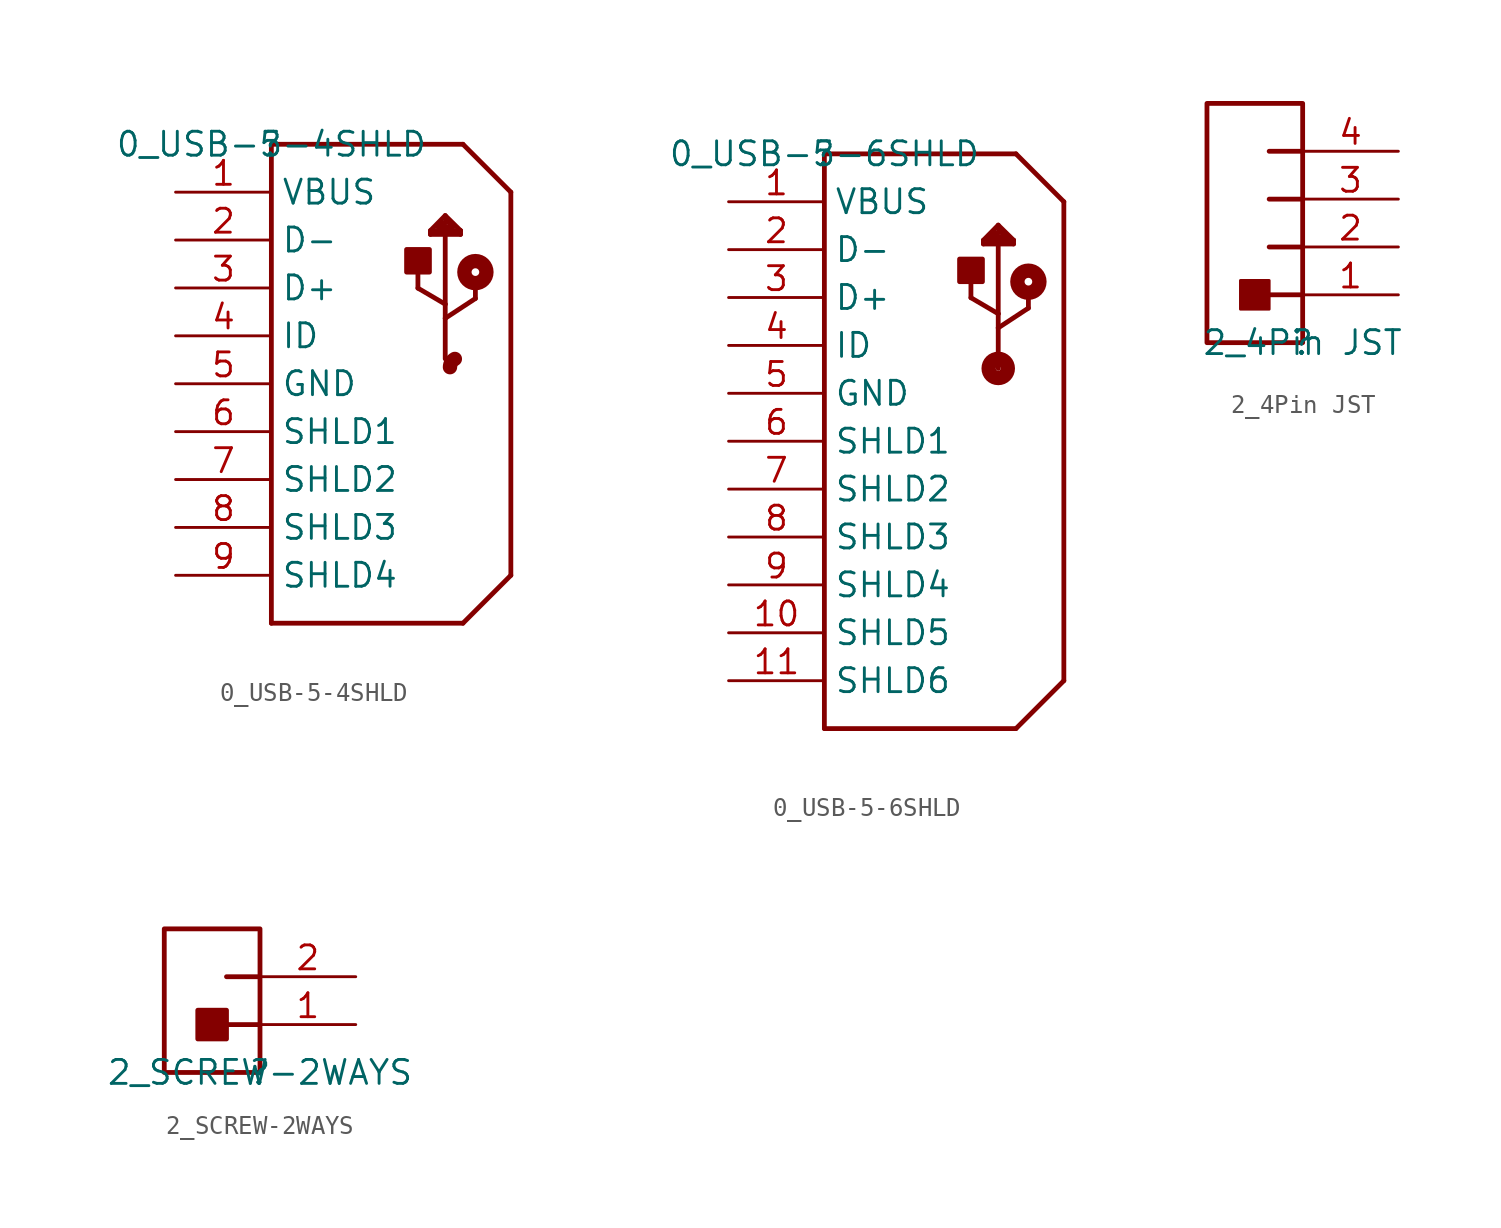
<source format=kicad_sym>
(kicad_symbol_lib
  (version 20211014)
  (generator kicad_symbol_editor)
  (symbol "0_USB-5-4SHLD"
    (property "Reference" ""
      (at 0 0 0)
      (effects (font (size 1.27 1.27))))
    (property "Value" "0_USB-5-4SHLD"
      (at 0 0 0)
      (effects (font (size 1.27 1.27))))
    (symbol "0_USB-5-4SHLD_1_0"
      (polyline (pts (xy 0 -25.4) (xy 10.16 -25.4)) (stroke (width 0.254) (type default) (color 0 0 0 0)) (fill (type none)))
      (polyline (pts (xy 0 0) (xy 0 -25.4)) (stroke (width 0.254) (type default) (color 0 0 0 0)) (fill (type none)))
      (polyline (pts (xy 7.772 -7.63) (xy 7.772 -6.43)) (stroke (width 0.254) (type default) (color 0 0 0 0)) (fill (type none)))
      (polyline (pts (xy 8.433 -4.78) (xy 9.22 -4.78)) (stroke (width 0.254) (type default) (color 0 0 0 0)) (fill (type none)))
      (polyline (pts (xy 8.433 -4.58) (xy 8.433 -4.78)) (stroke (width 0.254) (type default) (color 0 0 0 0)) (fill (type none)))
      (polyline (pts (xy 8.839 -4.38) (xy 9.042 -4.18)) (stroke (width 0.254) (type default) (color 0 0 0 0)) (fill (type none)))
      (polyline (pts (xy 9.042 -4.18) (xy 9.22 -4.18)) (stroke (width 0.254) (type default) (color 0 0 0 0)) (fill (type none)))
      (polyline (pts (xy 9.22 -9.23) (xy 9.22 -11.38)) (stroke (width 0.254) (type default) (color 0 0 0 0)) (fill (type none)))
      (polyline (pts (xy 9.22 -9.23) (xy 10.82 -8.18)) (stroke (width 0.254) (type default) (color 0 0 0 0)) (fill (type none)))
      (polyline (pts (xy 9.22 -8.48) (xy 7.772 -7.63)) (stroke (width 0.254) (type default) (color 0 0 0 0)) (fill (type none)))
      (polyline (pts (xy 9.22 -8.48) (xy 9.22 -9.23)) (stroke (width 0.254) (type default) (color 0 0 0 0)) (fill (type none)))
      (polyline (pts (xy 9.22 -4.78) (xy 9.22 -8.48)) (stroke (width 0.254) (type default) (color 0 0 0 0)) (fill (type none)))
      (polyline (pts (xy 9.22 -4.78) (xy 10.033 -4.78)) (stroke (width 0.254) (type default) (color 0 0 0 0)) (fill (type none)))
      (polyline (pts (xy 9.22 -3.98) (xy 9.627 -4.38)) (stroke (width 0.254) (type default) (color 0 0 0 0)) (fill (type none)))
      (polyline (pts (xy 9.22 -3.78) (xy 8.433 -4.58)) (stroke (width 0.254) (type default) (color 0 0 0 0)) (fill (type none)))
      (polyline (pts (xy 9.627 -4.38) (xy 8.839 -4.38)) (stroke (width 0.254) (type default) (color 0 0 0 0)) (fill (type none)))
      (polyline (pts (xy 10.033 -4.78) (xy 10.033 -4.58)) (stroke (width 0.254) (type default) (color 0 0 0 0)) (fill (type none)))
      (polyline (pts (xy 10.033 -4.58) (xy 8.636 -4.58)) (stroke (width 0.254) (type default) (color 0 0 0 0)) (fill (type none)))
      (polyline (pts (xy 10.033 -4.58) (xy 9.22 -3.78)) (stroke (width 0.254) (type default) (color 0 0 0 0)) (fill (type none)))
      (polyline (pts (xy 10.16 0) (xy 0 0)) (stroke (width 0.254) (type default) (color 0 0 0 0)) (fill (type none)))
      (polyline (pts (xy 10.16 0) (xy 12.7 -2.54)) (stroke (width 0.254) (type default) (color 0 0 0 0)) (fill (type none)))
      (polyline (pts (xy 10.82 -8.18) (xy 10.82 -7.18)) (stroke (width 0.254) (type default) (color 0 0 0 0)) (fill (type none)))
      (polyline (pts (xy 12.7 -22.86) (xy 10.16 -25.4)) (stroke (width 0.254) (type default) (color 0 0 0 0)) (fill (type none)))
      (polyline (pts (xy 12.7 -22.86) (xy 12.7 -2.54)) (stroke (width 0.254) (type default) (color 0 0 0 0)) (fill (type none)))
      (rectangle (start 8.382 -5.58) (end 7.17 -6.78) (stroke (width 0.254) (type default) (color 0 0 0 0)) (fill (type outline)))
      (arc (start 9.728 -11.38) (mid 8.7807 -11.1249) (end 9.4717 -11.8212) (stroke (width 0.762) (type default) (color 0 0 0 0)) (fill (type none)))
      (circle (center 10.82 -6.78) (radius 0.203) (stroke (width 0.762) (type default) (color 0 0 0 0)) (fill (type none)))
      (pin power_in line (at -5.08 -2.54 0) (length 5.08) (name "VBUS" (effects (font (size 1.27 1.27)))) (number "1" (effects (font (size 1.27 1.27)))))
      (pin passive line (at -5.08 -5.08 0) (length 5.08) (name "D-" (effects (font (size 1.27 1.27)))) (number "2" (effects (font (size 1.27 1.27)))))
      (pin passive line (at -5.08 -7.62 0) (length 5.08) (name "D+" (effects (font (size 1.27 1.27)))) (number "3" (effects (font (size 1.27 1.27)))))
      (pin passive line (at -5.08 -10.16 0) (length 5.08) (name "ID" (effects (font (size 1.27 1.27)))) (number "4" (effects (font (size 1.27 1.27)))))
      (pin power_in line (at -5.08 -12.7 0) (length 5.08) (name "GND" (effects (font (size 1.27 1.27)))) (number "5" (effects (font (size 1.27 1.27)))))
      (pin passive line (at -5.08 -15.24 0) (length 5.08) (name "SHLD1" (effects (font (size 1.27 1.27)))) (number "6" (effects (font (size 1.27 1.27)))))
      (pin passive line (at -5.08 -17.78 0) (length 5.08) (name "SHLD2" (effects (font (size 1.27 1.27)))) (number "7" (effects (font (size 1.27 1.27)))))
      (pin passive line (at -5.08 -20.32 0) (length 5.08) (name "SHLD3" (effects (font (size 1.27 1.27)))) (number "8" (effects (font (size 1.27 1.27)))))
      (pin passive line (at -5.08 -22.86 0) (length 5.08) (name "SHLD4" (effects (font (size 1.27 1.27)))) (number "9" (effects (font (size 1.27 1.27)))))))
  (symbol "0_USB-5-6SHLD"
    (property "Reference" ""
      (at 0 0 0)
      (effects (font (size 1.27 1.27))))
    (property "Value" "0_USB-5-6SHLD"
      (at 0 0 0)
      (effects (font (size 1.27 1.27))))
    (symbol "0_USB-5-6SHLD_1_0"
      (polyline (pts (xy 0 -30.48) (xy 10.16 -30.48)) (stroke (width 0.254) (type default) (color 0 0 0 0)) (fill (type none)))
      (polyline (pts (xy 0 0) (xy 0 -30.48)) (stroke (width 0.254) (type default) (color 0 0 0 0)) (fill (type none)))
      (polyline (pts (xy 7.772 -7.63) (xy 7.772 -6.43)) (stroke (width 0.254) (type default) (color 0 0 0 0)) (fill (type none)))
      (polyline (pts (xy 8.433 -4.78) (xy 9.22 -4.78)) (stroke (width 0.254) (type default) (color 0 0 0 0)) (fill (type none)))
      (polyline (pts (xy 8.433 -4.58) (xy 8.433 -4.78)) (stroke (width 0.254) (type default) (color 0 0 0 0)) (fill (type none)))
      (polyline (pts (xy 8.839 -4.38) (xy 9.042 -4.18)) (stroke (width 0.254) (type default) (color 0 0 0 0)) (fill (type none)))
      (polyline (pts (xy 9.042 -4.18) (xy 9.22 -4.18)) (stroke (width 0.254) (type default) (color 0 0 0 0)) (fill (type none)))
      (polyline (pts (xy 9.22 -9.23) (xy 9.22 -11.38)) (stroke (width 0.254) (type default) (color 0 0 0 0)) (fill (type none)))
      (polyline (pts (xy 9.22 -9.23) (xy 10.82 -8.18)) (stroke (width 0.254) (type default) (color 0 0 0 0)) (fill (type none)))
      (polyline (pts (xy 9.22 -8.48) (xy 7.772 -7.63)) (stroke (width 0.254) (type default) (color 0 0 0 0)) (fill (type none)))
      (polyline (pts (xy 9.22 -8.48) (xy 9.22 -9.23)) (stroke (width 0.254) (type default) (color 0 0 0 0)) (fill (type none)))
      (polyline (pts (xy 9.22 -4.78) (xy 9.22 -8.48)) (stroke (width 0.254) (type default) (color 0 0 0 0)) (fill (type none)))
      (polyline (pts (xy 9.22 -4.78) (xy 10.033 -4.78)) (stroke (width 0.254) (type default) (color 0 0 0 0)) (fill (type none)))
      (polyline (pts (xy 9.22 -3.98) (xy 9.627 -4.38)) (stroke (width 0.254) (type default) (color 0 0 0 0)) (fill (type none)))
      (polyline (pts (xy 9.22 -3.78) (xy 8.433 -4.58)) (stroke (width 0.254) (type default) (color 0 0 0 0)) (fill (type none)))
      (polyline (pts (xy 9.627 -4.38) (xy 8.839 -4.38)) (stroke (width 0.254) (type default) (color 0 0 0 0)) (fill (type none)))
      (polyline (pts (xy 10.033 -4.78) (xy 10.033 -4.58)) (stroke (width 0.254) (type default) (color 0 0 0 0)) (fill (type none)))
      (polyline (pts (xy 10.033 -4.58) (xy 8.636 -4.58)) (stroke (width 0.254) (type default) (color 0 0 0 0)) (fill (type none)))
      (polyline (pts (xy 10.033 -4.58) (xy 9.22 -3.78)) (stroke (width 0.254) (type default) (color 0 0 0 0)) (fill (type none)))
      (polyline (pts (xy 10.16 0) (xy 0 0)) (stroke (width 0.254) (type default) (color 0 0 0 0)) (fill (type none)))
      (polyline (pts (xy 10.16 0) (xy 12.7 -2.54)) (stroke (width 0.254) (type default) (color 0 0 0 0)) (fill (type none)))
      (polyline (pts (xy 10.82 -8.18) (xy 10.82 -7.18)) (stroke (width 0.254) (type default) (color 0 0 0 0)) (fill (type none)))
      (polyline (pts (xy 12.7 -27.94) (xy 10.16 -30.48)) (stroke (width 0.254) (type default) (color 0 0 0 0)) (fill (type none)))
      (polyline (pts (xy 12.7 -27.94) (xy 12.7 -2.54)) (stroke (width 0.254) (type default) (color 0 0 0 0)) (fill (type none)))
      (rectangle (start 8.382 -5.58) (end 7.17 -6.78) (stroke (width 0.254) (type default) (color 0 0 0 0)) (fill (type outline)))
      (circle (center 9.22 -11.38) (radius 0.508) (stroke (width 0.762) (type default) (color 0 0 0 0)) (fill (type none)))
      (circle (center 10.82 -6.78) (radius 0.203) (stroke (width 0.762) (type default) (color 0 0 0 0)) (fill (type none)))
      (pin passive line (at -5.08 -2.54 0) (length 5.08) (name "VBUS" (effects (font (size 1.27 1.27)))) (number "1" (effects (font (size 1.27 1.27)))))
      (pin passive line (at -5.08 -25.4 0) (length 5.08) (name "SHLD5" (effects (font (size 1.27 1.27)))) (number "10" (effects (font (size 1.27 1.27)))))
      (pin passive line (at -5.08 -27.94 0) (length 5.08) (name "SHLD6" (effects (font (size 1.27 1.27)))) (number "11" (effects (font (size 1.27 1.27)))))
      (pin passive line (at -5.08 -5.08 0) (length 5.08) (name "D-" (effects (font (size 1.27 1.27)))) (number "2" (effects (font (size 1.27 1.27)))))
      (pin passive line (at -5.08 -7.62 0) (length 5.08) (name "D+" (effects (font (size 1.27 1.27)))) (number "3" (effects (font (size 1.27 1.27)))))
      (pin passive line (at -5.08 -10.16 0) (length 5.08) (name "ID" (effects (font (size 1.27 1.27)))) (number "4" (effects (font (size 1.27 1.27)))))
      (pin passive line (at -5.08 -12.7 0) (length 5.08) (name "GND" (effects (font (size 1.27 1.27)))) (number "5" (effects (font (size 1.27 1.27)))))
      (pin passive line (at -5.08 -15.24 0) (length 5.08) (name "SHLD1" (effects (font (size 1.27 1.27)))) (number "6" (effects (font (size 1.27 1.27)))))
      (pin passive line (at -5.08 -17.78 0) (length 5.08) (name "SHLD2" (effects (font (size 1.27 1.27)))) (number "7" (effects (font (size 1.27 1.27)))))
      (pin passive line (at -5.08 -20.32 0) (length 5.08) (name "SHLD3" (effects (font (size 1.27 1.27)))) (number "8" (effects (font (size 1.27 1.27)))))
      (pin passive line (at -5.08 -22.86 0) (length 5.08) (name "SHLD4" (effects (font (size 1.27 1.27)))) (number "9" (effects (font (size 1.27 1.27)))))))
  (symbol "2_4Pin JST"
    (property "Reference" ""
      (at 0 0 0)
      (effects (font (size 1.27 1.27))))
    (property "Value" "2_4Pin JST"
      (at 0 0 0)
      (effects (font (size 1.27 1.27))))
    (symbol "2_4Pin JST_1_0"
      (rectangle (start -1.778 3.302) (end -3.302 1.778) (stroke (width 0) (type default) (color 0 0 0 0)) (fill (type outline)))
      (polyline (pts (xy 0 2.54) (xy -1.778 2.54)) (stroke (width 0.254) (type default) (color 0 0 0 0)) (fill (type none)))
      (polyline (pts (xy 0 5.08) (xy -1.778 5.08)) (stroke (width 0.254) (type default) (color 0 0 0 0)) (fill (type none)))
      (polyline (pts (xy 0 7.62) (xy -1.778 7.62)) (stroke (width 0.254) (type default) (color 0 0 0 0)) (fill (type none)))
      (polyline (pts (xy 0 10.16) (xy -1.778 10.16)) (stroke (width 0.254) (type default) (color 0 0 0 0)) (fill (type none)))
      (polyline (pts (xy -5.08 0) (xy 0 0) (xy 0 12.7) (xy -5.08 12.7) (xy -5.08 0)) (stroke (width 0.254) (type default) (color 0 0 0 0)) (fill (type none)))
      (pin passive line (at 5.08 2.54 180) (length 5.08) (name "1" (effects (font (size 0 0)))) (number "1" (effects (font (size 1.27 1.27)))))
      (pin passive line (at 5.08 5.08 180) (length 5.08) (name "2" (effects (font (size 0 0)))) (number "2" (effects (font (size 1.27 1.27)))))
      (pin passive line (at 5.08 7.62 180) (length 5.08) (name "3" (effects (font (size 0 0)))) (number "3" (effects (font (size 1.27 1.27)))))
      (pin passive line (at 5.08 10.16 180) (length 5.08) (name "4" (effects (font (size 0 0)))) (number "4" (effects (font (size 1.27 1.27)))))))
  (symbol "2_SCREW-2WAYS"
    (property "Reference" ""
      (at 0 0 0)
      (effects (font (size 1.27 1.27))))
    (property "Value" "2_SCREW-2WAYS"
      (at 0 0 0)
      (effects (font (size 1.27 1.27))))
    (symbol "2_SCREW-2WAYS_1_0"
      (rectangle (start -1.778 3.302) (end -3.302 1.778) (stroke (width 0.254) (type default) (color 0 0 0 0)) (fill (type outline)))
      (polyline (pts (xy 0 2.54) (xy -1.778 2.54)) (stroke (width 0.254) (type default) (color 0 0 0 0)) (fill (type none)))
      (polyline (pts (xy 0 5.08) (xy -1.778 5.08)) (stroke (width 0.254) (type default) (color 0 0 0 0)) (fill (type none)))
      (rectangle (start 0 7.62) (end -5.08 0) (stroke (width 0.254) (type default) (color 0 0 0 0)) (fill (type none)))
      (pin passive line (at 5.08 2.54 180) (length 5.08) (name "1" (effects (font (size 0 0)))) (number "1" (effects (font (size 1.27 1.27)))))
      (pin passive line (at 5.08 5.08 180) (length 5.08) (name "2" (effects (font (size 0 0)))) (number "2" (effects (font (size 1.27 1.27))))))))
</source>
